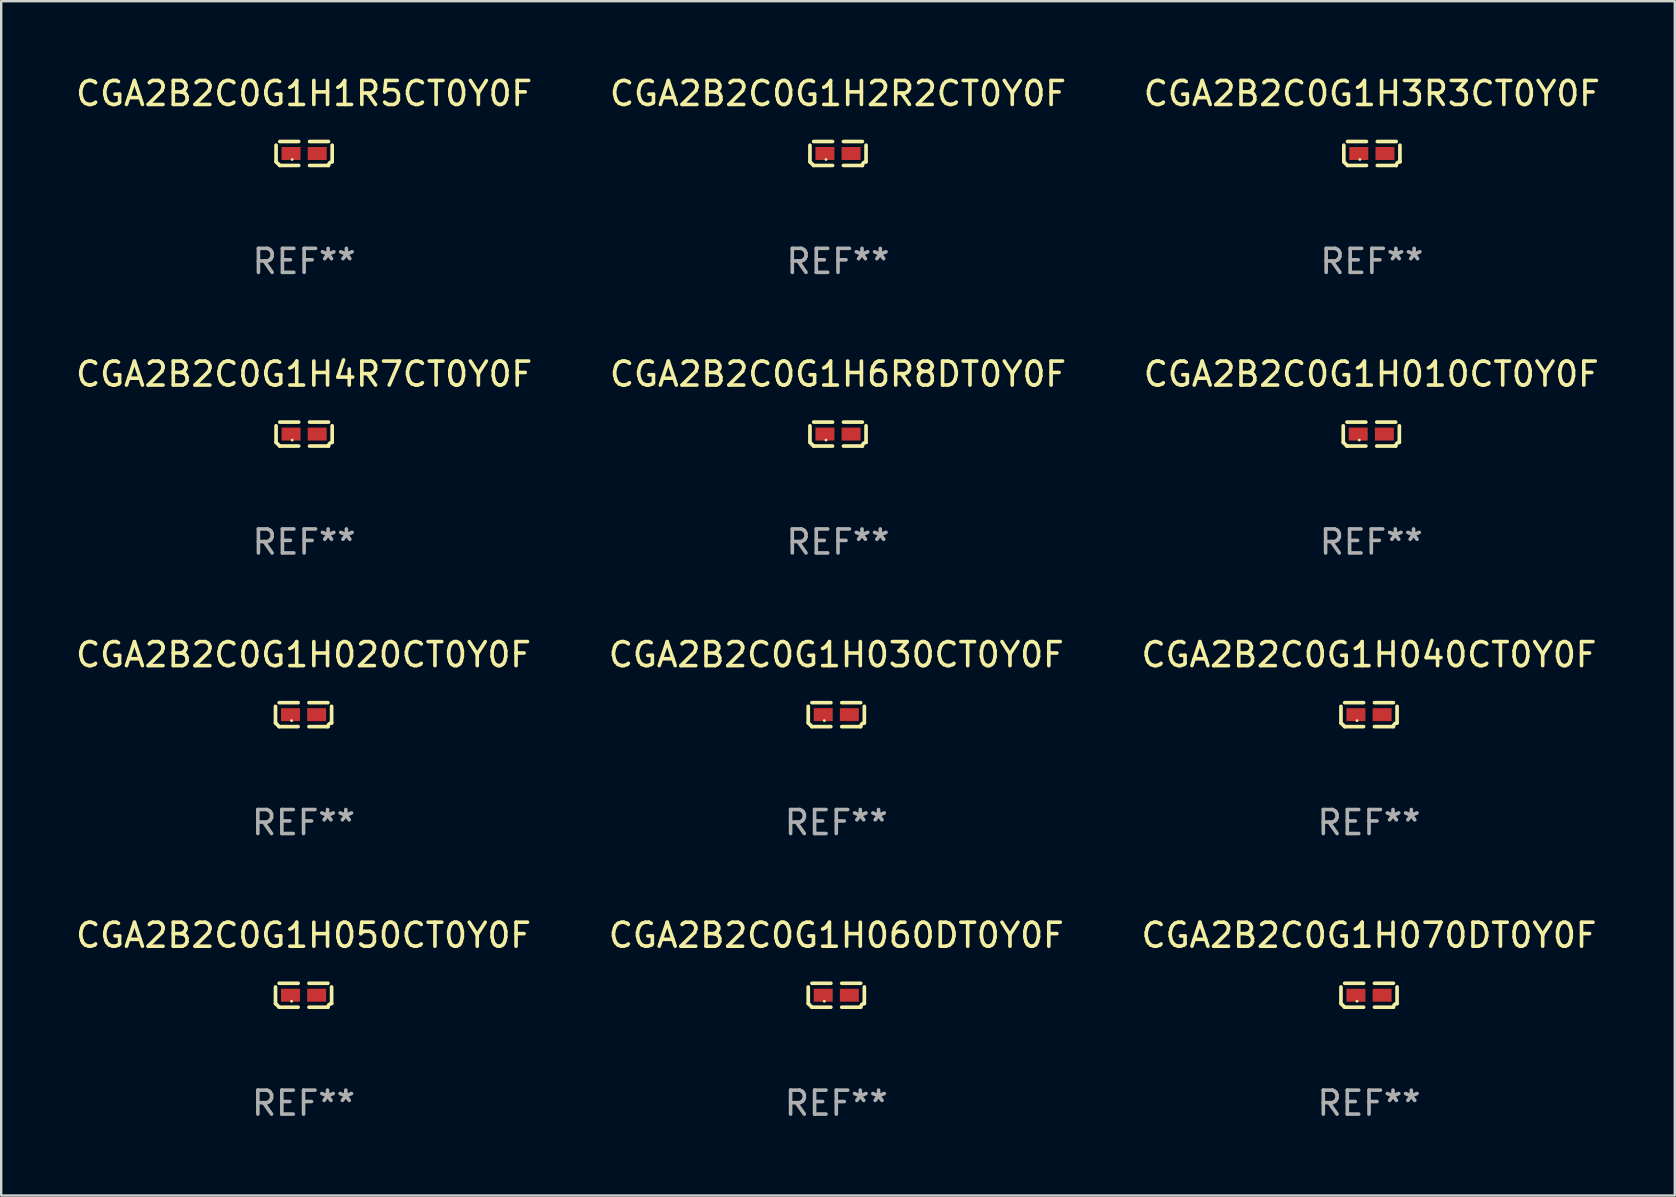
<source format=kicad_pcb>
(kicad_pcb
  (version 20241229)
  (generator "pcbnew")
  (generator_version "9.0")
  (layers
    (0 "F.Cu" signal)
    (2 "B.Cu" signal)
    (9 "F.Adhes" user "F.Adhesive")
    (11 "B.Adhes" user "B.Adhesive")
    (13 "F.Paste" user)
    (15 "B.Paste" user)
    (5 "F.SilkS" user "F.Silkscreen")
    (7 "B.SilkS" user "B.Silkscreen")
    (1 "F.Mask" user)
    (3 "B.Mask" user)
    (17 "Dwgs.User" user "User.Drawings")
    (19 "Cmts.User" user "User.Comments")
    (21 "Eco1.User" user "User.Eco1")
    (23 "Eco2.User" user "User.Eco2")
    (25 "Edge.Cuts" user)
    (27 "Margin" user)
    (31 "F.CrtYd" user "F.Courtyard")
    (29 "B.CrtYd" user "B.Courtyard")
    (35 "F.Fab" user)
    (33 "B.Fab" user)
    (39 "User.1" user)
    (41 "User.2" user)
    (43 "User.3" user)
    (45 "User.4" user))
  (footprint "CGA2B2C0G1H020CT0Y0F"
    (layer "F.Cu")
    (at 9.601 26.734)
    (property "Reference" "CGA2B2C0G1H020CT0Y0F" (at 0 -2.499 0) (layer "F.SilkS") (effects (font (size 1 1) (thickness 0.15))))
    (attr through_hole)
    (fp_line (start -1.169 0.346) (end -1.169 -0.346) (stroke (width 0.152) (type solid)) (layer "F.SilkS"))
    (fp_line (start -1.016 -0.499) (end -0.226 -0.499) (stroke (width 0.152) (type solid)) (layer "F.SilkS"))
    (fp_line (start -0.226 0.499) (end -1.016 0.499) (stroke (width 0.152) (type solid)) (layer "F.SilkS"))
    (fp_line (start 0.226 0.499) (end 1.016 0.499) (stroke (width 0.152) (type solid)) (layer "F.SilkS"))
    (fp_line (start 1.016 -0.499) (end 0.226 -0.499) (stroke (width 0.152) (type solid)) (layer "F.SilkS"))
    (fp_line (start 1.169 0.346) (end 1.169 -0.346) (stroke (width 0.152) (type solid)) (layer "F.SilkS"))
    (fp_arc (start -1.016307 0.498603) (mid -1.092512 0.422405) (end -1.16871 0.3462) (stroke (width 0.1524) (type solid)) (layer "F.SilkS"))
    (fp_arc (start 1.016307 0.498603) (mid 1.060899 0.390758) (end 1.168707 0.346076) (stroke (width 0.1524) (type solid)) (layer "F.SilkS"))
    (fp_circle (center -0.5 0.25) (end -0.47 0.25) (stroke (width 0.06) (type solid)) (fill no) (layer "F.SilkS"))
    (fp_text user "REF**" (at 0 4.499 0) (layer "F.Fab") (effects (font (size 1 1) (thickness 0.15))))
    (pad "1" smd rect (at -0.545 0) (size 0.79 0.54) (layers "F.Cu" "F.Mask" "F.Paste"))
    (pad "2" smd rect (at 0.545 0) (size 0.79 0.54) (layers "F.Cu" "F.Mask" "F.Paste")))
  (footprint "CGA2B2C0G1H6R8DT0Y0F"
    (layer "F.Cu")
    (at 31.875 15.041)
    (property "Reference" "CGA2B2C0G1H6R8DT0Y0F" (at 0 -2.499 0) (layer "F.SilkS") (effects (font (size 1 1) (thickness 0.15))))
    (attr through_hole)
    (fp_line (start -1.169 0.346) (end -1.169 -0.346) (stroke (width 0.152) (type solid)) (layer "F.SilkS"))
    (fp_line (start -1.016 -0.499) (end -0.226 -0.499) (stroke (width 0.152) (type solid)) (layer "F.SilkS"))
    (fp_line (start -0.226 0.499) (end -1.016 0.499) (stroke (width 0.152) (type solid)) (layer "F.SilkS"))
    (fp_line (start 0.226 0.499) (end 1.016 0.499) (stroke (width 0.152) (type solid)) (layer "F.SilkS"))
    (fp_line (start 1.016 -0.499) (end 0.226 -0.499) (stroke (width 0.152) (type solid)) (layer "F.SilkS"))
    (fp_line (start 1.169 0.346) (end 1.169 -0.346) (stroke (width 0.152) (type solid)) (layer "F.SilkS"))
    (fp_arc (start -1.016307 0.498603) (mid -1.092512 0.422405) (end -1.16871 0.3462) (stroke (width 0.1524) (type solid)) (layer "F.SilkS"))
    (fp_arc (start 1.016307 0.498603) (mid 1.060899 0.390758) (end 1.168707 0.346076) (stroke (width 0.1524) (type solid)) (layer "F.SilkS"))
    (fp_circle (center -0.5 0.25) (end -0.47 0.25) (stroke (width 0.06) (type solid)) (fill no) (layer "F.SilkS"))
    (fp_text user "REF**" (at 0 4.499 0) (layer "F.Fab") (effects (font (size 1 1) (thickness 0.15))))
    (pad "1" smd rect (at -0.545 0) (size 0.79 0.54) (layers "F.Cu" "F.Mask" "F.Paste"))
    (pad "2" smd rect (at 0.545 0) (size 0.79 0.54) (layers "F.Cu" "F.Mask" "F.Paste")))
  (footprint "CGA2B2C0G1H070DT0Y0F"
    (layer "F.Cu")
    (at 54.006 38.428)
    (property "Reference" "CGA2B2C0G1H070DT0Y0F" (at 0 -2.499 0) (layer "F.SilkS") (effects (font (size 1 1) (thickness 0.15))))
    (attr through_hole)
    (fp_line (start -1.169 0.346) (end -1.169 -0.346) (stroke (width 0.152) (type solid)) (layer "F.SilkS"))
    (fp_line (start -1.016 -0.499) (end -0.226 -0.499) (stroke (width 0.152) (type solid)) (layer "F.SilkS"))
    (fp_line (start -0.226 0.499) (end -1.016 0.499) (stroke (width 0.152) (type solid)) (layer "F.SilkS"))
    (fp_line (start 0.226 0.499) (end 1.016 0.499) (stroke (width 0.152) (type solid)) (layer "F.SilkS"))
    (fp_line (start 1.016 -0.499) (end 0.226 -0.499) (stroke (width 0.152) (type solid)) (layer "F.SilkS"))
    (fp_line (start 1.169 0.346) (end 1.169 -0.346) (stroke (width 0.152) (type solid)) (layer "F.SilkS"))
    (fp_arc (start -1.016307 0.498603) (mid -1.092512 0.422405) (end -1.16871 0.3462) (stroke (width 0.1524) (type solid)) (layer "F.SilkS"))
    (fp_arc (start 1.016307 0.498603) (mid 1.060899 0.390758) (end 1.168707 0.346076) (stroke (width 0.1524) (type solid)) (layer "F.SilkS"))
    (fp_circle (center -0.5 0.25) (end -0.47 0.25) (stroke (width 0.06) (type solid)) (fill no) (layer "F.SilkS"))
    (fp_text user "REF**" (at 0 4.499 0) (layer "F.Fab") (effects (font (size 1 1) (thickness 0.15))))
    (pad "1" smd rect (at -0.545 0) (size 0.79 0.54) (layers "F.Cu" "F.Mask" "F.Paste"))
    (pad "2" smd rect (at 0.545 0) (size 0.79 0.54) (layers "F.Cu" "F.Mask" "F.Paste")))
  (footprint "CGA2B2C0G1H050CT0Y0F"
    (layer "F.Cu")
    (at 9.601 38.428)
    (property "Reference" "CGA2B2C0G1H050CT0Y0F" (at 0 -2.499 0) (layer "F.SilkS") (effects (font (size 1 1) (thickness 0.15))))
    (attr through_hole)
    (fp_line (start -1.169 0.346) (end -1.169 -0.346) (stroke (width 0.152) (type solid)) (layer "F.SilkS"))
    (fp_line (start -1.016 -0.499) (end -0.226 -0.499) (stroke (width 0.152) (type solid)) (layer "F.SilkS"))
    (fp_line (start -0.226 0.499) (end -1.016 0.499) (stroke (width 0.152) (type solid)) (layer "F.SilkS"))
    (fp_line (start 0.226 0.499) (end 1.016 0.499) (stroke (width 0.152) (type solid)) (layer "F.SilkS"))
    (fp_line (start 1.016 -0.499) (end 0.226 -0.499) (stroke (width 0.152) (type solid)) (layer "F.SilkS"))
    (fp_line (start 1.169 0.346) (end 1.169 -0.346) (stroke (width 0.152) (type solid)) (layer "F.SilkS"))
    (fp_arc (start -1.016307 0.498603) (mid -1.092512 0.422405) (end -1.16871 0.3462) (stroke (width 0.1524) (type solid)) (layer "F.SilkS"))
    (fp_arc (start 1.016307 0.498603) (mid 1.060899 0.390758) (end 1.168707 0.346076) (stroke (width 0.1524) (type solid)) (layer "F.SilkS"))
    (fp_circle (center -0.5 0.25) (end -0.47 0.25) (stroke (width 0.06) (type solid)) (fill no) (layer "F.SilkS"))
    (fp_text user "REF**" (at 0 4.499 0) (layer "F.Fab") (effects (font (size 1 1) (thickness 0.15))))
    (pad "1" smd rect (at -0.545 0) (size 0.79 0.54) (layers "F.Cu" "F.Mask" "F.Paste"))
    (pad "2" smd rect (at 0.545 0) (size 0.79 0.54) (layers "F.Cu" "F.Mask" "F.Paste")))
  (footprint "CGA2B2C0G1H1R5CT0Y0F"
    (layer "F.Cu")
    (at 9.625 3.347)
    (property "Reference" "CGA2B2C0G1H1R5CT0Y0F" (at 0 -2.499 0) (layer "F.SilkS") (effects (font (size 1 1) (thickness 0.15))))
    (attr through_hole)
    (fp_line (start -1.169 0.346) (end -1.169 -0.346) (stroke (width 0.152) (type solid)) (layer "F.SilkS"))
    (fp_line (start -1.016 -0.499) (end -0.226 -0.499) (stroke (width 0.152) (type solid)) (layer "F.SilkS"))
    (fp_line (start -0.226 0.499) (end -1.016 0.499) (stroke (width 0.152) (type solid)) (layer "F.SilkS"))
    (fp_line (start 0.226 0.499) (end 1.016 0.499) (stroke (width 0.152) (type solid)) (layer "F.SilkS"))
    (fp_line (start 1.016 -0.499) (end 0.226 -0.499) (stroke (width 0.152) (type solid)) (layer "F.SilkS"))
    (fp_line (start 1.169 0.346) (end 1.169 -0.346) (stroke (width 0.152) (type solid)) (layer "F.SilkS"))
    (fp_arc (start -1.016307 0.498603) (mid -1.092512 0.422405) (end -1.16871 0.3462) (stroke (width 0.1524) (type solid)) (layer "F.SilkS"))
    (fp_arc (start 1.016307 0.498603) (mid 1.060899 0.390758) (end 1.168707 0.346076) (stroke (width 0.1524) (type solid)) (layer "F.SilkS"))
    (fp_circle (center -0.5 0.25) (end -0.47 0.25) (stroke (width 0.06) (type solid)) (fill no) (layer "F.SilkS"))
    (fp_text user "REF**" (at 0 4.499 0) (layer "F.Fab") (effects (font (size 1 1) (thickness 0.15))))
    (pad "1" smd rect (at -0.545 0) (size 0.79 0.54) (layers "F.Cu" "F.Mask" "F.Paste"))
    (pad "2" smd rect (at 0.545 0) (size 0.79 0.54) (layers "F.Cu" "F.Mask" "F.Paste")))
  (footprint "CGA2B2C0G1H010CT0Y0F"
    (layer "F.Cu")
    (at 54.101 15.041)
    (property "Reference" "CGA2B2C0G1H010CT0Y0F" (at 0 -2.499 0) (layer "F.SilkS") (effects (font (size 1 1) (thickness 0.15))))
    (attr through_hole)
    (fp_line (start -1.169 0.346) (end -1.169 -0.346) (stroke (width 0.152) (type solid)) (layer "F.SilkS"))
    (fp_line (start -1.016 -0.499) (end -0.226 -0.499) (stroke (width 0.152) (type solid)) (layer "F.SilkS"))
    (fp_line (start -0.226 0.499) (end -1.016 0.499) (stroke (width 0.152) (type solid)) (layer "F.SilkS"))
    (fp_line (start 0.226 0.499) (end 1.016 0.499) (stroke (width 0.152) (type solid)) (layer "F.SilkS"))
    (fp_line (start 1.016 -0.499) (end 0.226 -0.499) (stroke (width 0.152) (type solid)) (layer "F.SilkS"))
    (fp_line (start 1.169 0.346) (end 1.169 -0.346) (stroke (width 0.152) (type solid)) (layer "F.SilkS"))
    (fp_arc (start -1.016307 0.498603) (mid -1.092512 0.422405) (end -1.16871 0.3462) (stroke (width 0.1524) (type solid)) (layer "F.SilkS"))
    (fp_arc (start 1.016307 0.498603) (mid 1.060899 0.390758) (end 1.168707 0.346076) (stroke (width 0.1524) (type solid)) (layer "F.SilkS"))
    (fp_circle (center -0.5 0.25) (end -0.47 0.25) (stroke (width 0.06) (type solid)) (fill no) (layer "F.SilkS"))
    (fp_text user "REF**" (at 0 4.499 0) (layer "F.Fab") (effects (font (size 1 1) (thickness 0.15))))
    (pad "1" smd rect (at -0.545 0) (size 0.79 0.54) (layers "F.Cu" "F.Mask" "F.Paste"))
    (pad "2" smd rect (at 0.545 0) (size 0.79 0.54) (layers "F.Cu" "F.Mask" "F.Paste")))
  (footprint "CGA2B2C0G1H030CT0Y0F"
    (layer "F.Cu")
    (at 31.804 26.734)
    (property "Reference" "CGA2B2C0G1H030CT0Y0F" (at 0 -2.499 0) (layer "F.SilkS") (effects (font (size 1 1) (thickness 0.15))))
    (attr through_hole)
    (fp_line (start -1.169 0.346) (end -1.169 -0.346) (stroke (width 0.152) (type solid)) (layer "F.SilkS"))
    (fp_line (start -1.016 -0.499) (end -0.226 -0.499) (stroke (width 0.152) (type solid)) (layer "F.SilkS"))
    (fp_line (start -0.226 0.499) (end -1.016 0.499) (stroke (width 0.152) (type solid)) (layer "F.SilkS"))
    (fp_line (start 0.226 0.499) (end 1.016 0.499) (stroke (width 0.152) (type solid)) (layer "F.SilkS"))
    (fp_line (start 1.016 -0.499) (end 0.226 -0.499) (stroke (width 0.152) (type solid)) (layer "F.SilkS"))
    (fp_line (start 1.169 0.346) (end 1.169 -0.346) (stroke (width 0.152) (type solid)) (layer "F.SilkS"))
    (fp_arc (start -1.016307 0.498603) (mid -1.092512 0.422405) (end -1.16871 0.3462) (stroke (width 0.1524) (type solid)) (layer "F.SilkS"))
    (fp_arc (start 1.016307 0.498603) (mid 1.060899 0.390758) (end 1.168707 0.346076) (stroke (width 0.1524) (type solid)) (layer "F.SilkS"))
    (fp_circle (center -0.5 0.25) (end -0.47 0.25) (stroke (width 0.06) (type solid)) (fill no) (layer "F.SilkS"))
    (fp_text user "REF**" (at 0 4.499 0) (layer "F.Fab") (effects (font (size 1 1) (thickness 0.15))))
    (pad "1" smd rect (at -0.545 0) (size 0.79 0.54) (layers "F.Cu" "F.Mask" "F.Paste"))
    (pad "2" smd rect (at 0.545 0) (size 0.79 0.54) (layers "F.Cu" "F.Mask" "F.Paste")))
  (footprint "CGA2B2C0G1H3R3CT0Y0F"
    (layer "F.Cu")
    (at 54.125 3.347)
    (property "Reference" "CGA2B2C0G1H3R3CT0Y0F" (at 0 -2.499 0) (layer "F.SilkS") (effects (font (size 1 1) (thickness 0.15))))
    (attr through_hole)
    (fp_line (start -1.169 0.346) (end -1.169 -0.346) (stroke (width 0.152) (type solid)) (layer "F.SilkS"))
    (fp_line (start -1.016 -0.499) (end -0.226 -0.499) (stroke (width 0.152) (type solid)) (layer "F.SilkS"))
    (fp_line (start -0.226 0.499) (end -1.016 0.499) (stroke (width 0.152) (type solid)) (layer "F.SilkS"))
    (fp_line (start 0.226 0.499) (end 1.016 0.499) (stroke (width 0.152) (type solid)) (layer "F.SilkS"))
    (fp_line (start 1.016 -0.499) (end 0.226 -0.499) (stroke (width 0.152) (type solid)) (layer "F.SilkS"))
    (fp_line (start 1.169 0.346) (end 1.169 -0.346) (stroke (width 0.152) (type solid)) (layer "F.SilkS"))
    (fp_arc (start -1.016307 0.498603) (mid -1.092512 0.422405) (end -1.16871 0.3462) (stroke (width 0.1524) (type solid)) (layer "F.SilkS"))
    (fp_arc (start 1.016307 0.498603) (mid 1.060899 0.390758) (end 1.168707 0.346076) (stroke (width 0.1524) (type solid)) (layer "F.SilkS"))
    (fp_circle (center -0.5 0.25) (end -0.47 0.25) (stroke (width 0.06) (type solid)) (fill no) (layer "F.SilkS"))
    (fp_text user "REF**" (at 0 4.499 0) (layer "F.Fab") (effects (font (size 1 1) (thickness 0.15))))
    (pad "1" smd rect (at -0.545 0) (size 0.79 0.54) (layers "F.Cu" "F.Mask" "F.Paste"))
    (pad "2" smd rect (at 0.545 0) (size 0.79 0.54) (layers "F.Cu" "F.Mask" "F.Paste")))
  (footprint "CGA2B2C0G1H060DT0Y0F"
    (layer "F.Cu")
    (at 31.804 38.428)
    (property "Reference" "CGA2B2C0G1H060DT0Y0F" (at 0 -2.499 0) (layer "F.SilkS") (effects (font (size 1 1) (thickness 0.15))))
    (attr through_hole)
    (fp_line (start -1.169 0.346) (end -1.169 -0.346) (stroke (width 0.152) (type solid)) (layer "F.SilkS"))
    (fp_line (start -1.016 -0.499) (end -0.226 -0.499) (stroke (width 0.152) (type solid)) (layer "F.SilkS"))
    (fp_line (start -0.226 0.499) (end -1.016 0.499) (stroke (width 0.152) (type solid)) (layer "F.SilkS"))
    (fp_line (start 0.226 0.499) (end 1.016 0.499) (stroke (width 0.152) (type solid)) (layer "F.SilkS"))
    (fp_line (start 1.016 -0.499) (end 0.226 -0.499) (stroke (width 0.152) (type solid)) (layer "F.SilkS"))
    (fp_line (start 1.169 0.346) (end 1.169 -0.346) (stroke (width 0.152) (type solid)) (layer "F.SilkS"))
    (fp_arc (start -1.016307 0.498603) (mid -1.092512 0.422405) (end -1.16871 0.3462) (stroke (width 0.1524) (type solid)) (layer "F.SilkS"))
    (fp_arc (start 1.016307 0.498603) (mid 1.060899 0.390758) (end 1.168707 0.346076) (stroke (width 0.1524) (type solid)) (layer "F.SilkS"))
    (fp_circle (center -0.5 0.25) (end -0.47 0.25) (stroke (width 0.06) (type solid)) (fill no) (layer "F.SilkS"))
    (fp_text user "REF**" (at 0 4.499 0) (layer "F.Fab") (effects (font (size 1 1) (thickness 0.15))))
    (pad "1" smd rect (at -0.545 0) (size 0.79 0.54) (layers "F.Cu" "F.Mask" "F.Paste"))
    (pad "2" smd rect (at 0.545 0) (size 0.79 0.54) (layers "F.Cu" "F.Mask" "F.Paste")))
  (footprint "CGA2B2C0G1H4R7CT0Y0F"
    (layer "F.Cu")
    (at 9.625 15.041)
    (property "Reference" "CGA2B2C0G1H4R7CT0Y0F" (at 0 -2.499 0) (layer "F.SilkS") (effects (font (size 1 1) (thickness 0.15))))
    (attr through_hole)
    (fp_line (start -1.169 0.346) (end -1.169 -0.346) (stroke (width 0.152) (type solid)) (layer "F.SilkS"))
    (fp_line (start -1.016 -0.499) (end -0.226 -0.499) (stroke (width 0.152) (type solid)) (layer "F.SilkS"))
    (fp_line (start -0.226 0.499) (end -1.016 0.499) (stroke (width 0.152) (type solid)) (layer "F.SilkS"))
    (fp_line (start 0.226 0.499) (end 1.016 0.499) (stroke (width 0.152) (type solid)) (layer "F.SilkS"))
    (fp_line (start 1.016 -0.499) (end 0.226 -0.499) (stroke (width 0.152) (type solid)) (layer "F.SilkS"))
    (fp_line (start 1.169 0.346) (end 1.169 -0.346) (stroke (width 0.152) (type solid)) (layer "F.SilkS"))
    (fp_arc (start -1.016307 0.498603) (mid -1.092512 0.422405) (end -1.16871 0.3462) (stroke (width 0.1524) (type solid)) (layer "F.SilkS"))
    (fp_arc (start 1.016307 0.498603) (mid 1.060899 0.390758) (end 1.168707 0.346076) (stroke (width 0.1524) (type solid)) (layer "F.SilkS"))
    (fp_circle (center -0.5 0.25) (end -0.47 0.25) (stroke (width 0.06) (type solid)) (fill no) (layer "F.SilkS"))
    (fp_text user "REF**" (at 0 4.499 0) (layer "F.Fab") (effects (font (size 1 1) (thickness 0.15))))
    (pad "1" smd rect (at -0.545 0) (size 0.79 0.54) (layers "F.Cu" "F.Mask" "F.Paste"))
    (pad "2" smd rect (at 0.545 0) (size 0.79 0.54) (layers "F.Cu" "F.Mask" "F.Paste")))
  (footprint "CGA2B2C0G1H040CT0Y0F"
    (layer "F.Cu")
    (at 54.006 26.734)
    (property "Reference" "CGA2B2C0G1H040CT0Y0F" (at 0 -2.499 0) (layer "F.SilkS") (effects (font (size 1 1) (thickness 0.15))))
    (attr through_hole)
    (fp_line (start -1.169 0.346) (end -1.169 -0.346) (stroke (width 0.152) (type solid)) (layer "F.SilkS"))
    (fp_line (start -1.016 -0.499) (end -0.226 -0.499) (stroke (width 0.152) (type solid)) (layer "F.SilkS"))
    (fp_line (start -0.226 0.499) (end -1.016 0.499) (stroke (width 0.152) (type solid)) (layer "F.SilkS"))
    (fp_line (start 0.226 0.499) (end 1.016 0.499) (stroke (width 0.152) (type solid)) (layer "F.SilkS"))
    (fp_line (start 1.016 -0.499) (end 0.226 -0.499) (stroke (width 0.152) (type solid)) (layer "F.SilkS"))
    (fp_line (start 1.169 0.346) (end 1.169 -0.346) (stroke (width 0.152) (type solid)) (layer "F.SilkS"))
    (fp_arc (start -1.016307 0.498603) (mid -1.092512 0.422405) (end -1.16871 0.3462) (stroke (width 0.1524) (type solid)) (layer "F.SilkS"))
    (fp_arc (start 1.016307 0.498603) (mid 1.060899 0.390758) (end 1.168707 0.346076) (stroke (width 0.1524) (type solid)) (layer "F.SilkS"))
    (fp_circle (center -0.5 0.25) (end -0.47 0.25) (stroke (width 0.06) (type solid)) (fill no) (layer "F.SilkS"))
    (fp_text user "REF**" (at 0 4.499 0) (layer "F.Fab") (effects (font (size 1 1) (thickness 0.15))))
    (pad "1" smd rect (at -0.545 0) (size 0.79 0.54) (layers "F.Cu" "F.Mask" "F.Paste"))
    (pad "2" smd rect (at 0.545 0) (size 0.79 0.54) (layers "F.Cu" "F.Mask" "F.Paste")))
  (footprint "CGA2B2C0G1H2R2CT0Y0F"
    (layer "F.Cu")
    (at 31.875 3.347)
    (property "Reference" "CGA2B2C0G1H2R2CT0Y0F" (at 0 -2.499 0) (layer "F.SilkS") (effects (font (size 1 1) (thickness 0.15))))
    (attr through_hole)
    (fp_line (start -1.169 0.346) (end -1.169 -0.346) (stroke (width 0.152) (type solid)) (layer "F.SilkS"))
    (fp_line (start -1.016 -0.499) (end -0.226 -0.499) (stroke (width 0.152) (type solid)) (layer "F.SilkS"))
    (fp_line (start -0.226 0.499) (end -1.016 0.499) (stroke (width 0.152) (type solid)) (layer "F.SilkS"))
    (fp_line (start 0.226 0.499) (end 1.016 0.499) (stroke (width 0.152) (type solid)) (layer "F.SilkS"))
    (fp_line (start 1.016 -0.499) (end 0.226 -0.499) (stroke (width 0.152) (type solid)) (layer "F.SilkS"))
    (fp_line (start 1.169 0.346) (end 1.169 -0.346) (stroke (width 0.152) (type solid)) (layer "F.SilkS"))
    (fp_arc (start -1.016307 0.498603) (mid -1.092512 0.422405) (end -1.16871 0.3462) (stroke (width 0.1524) (type solid)) (layer "F.SilkS"))
    (fp_arc (start 1.016307 0.498603) (mid 1.060899 0.390758) (end 1.168707 0.346076) (stroke (width 0.1524) (type solid)) (layer "F.SilkS"))
    (fp_circle (center -0.5 0.25) (end -0.47 0.25) (stroke (width 0.06) (type solid)) (fill no) (layer "F.SilkS"))
    (fp_text user "REF**" (at 0 4.499 0) (layer "F.Fab") (effects (font (size 1 1) (thickness 0.15))))
    (pad "1" smd rect (at -0.545 0) (size 0.79 0.54) (layers "F.Cu" "F.Mask" "F.Paste"))
    (pad "2" smd rect (at 0.545 0) (size 0.79 0.54) (layers "F.Cu" "F.Mask" "F.Paste")))
  (gr_rect
    (start -3 -3)
    (end 66.75 46.775)
    (stroke (width 0.1) (type default))
    (fill no)
    (layer "Edge.Cuts")))
</source>
